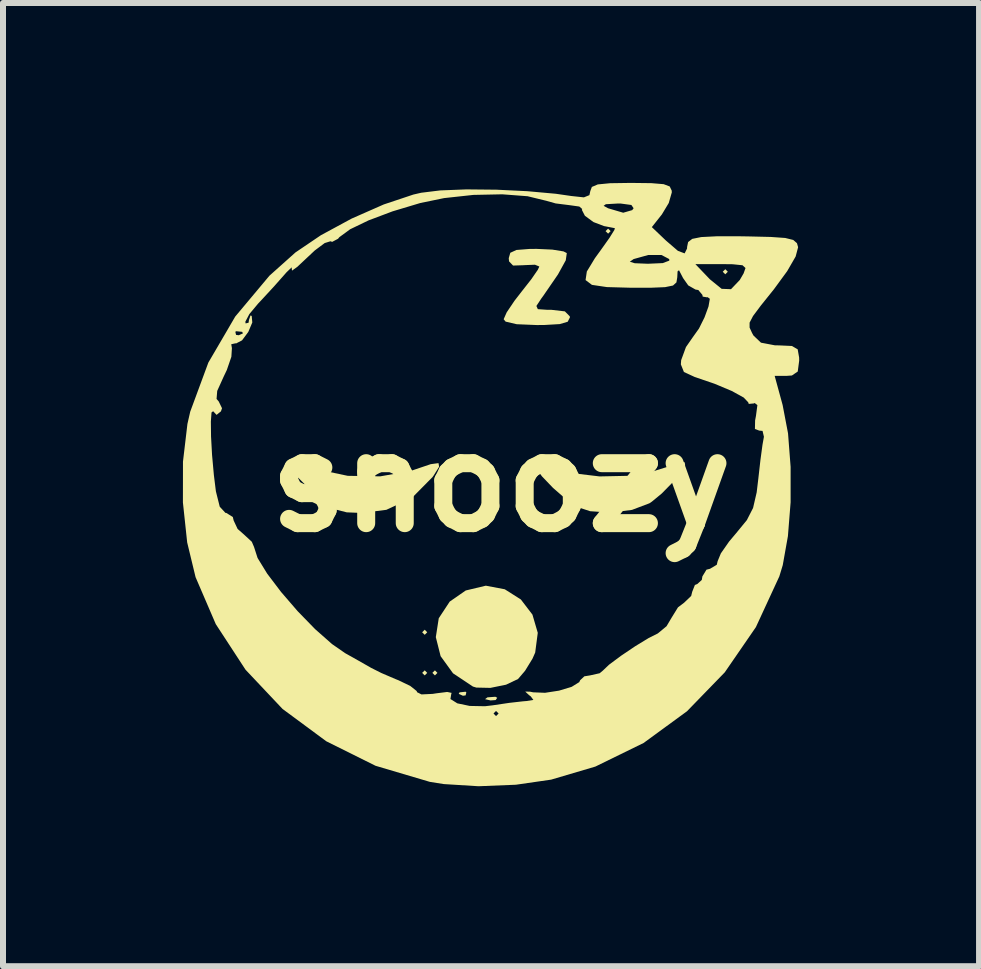
<source format=kicad_pcb>
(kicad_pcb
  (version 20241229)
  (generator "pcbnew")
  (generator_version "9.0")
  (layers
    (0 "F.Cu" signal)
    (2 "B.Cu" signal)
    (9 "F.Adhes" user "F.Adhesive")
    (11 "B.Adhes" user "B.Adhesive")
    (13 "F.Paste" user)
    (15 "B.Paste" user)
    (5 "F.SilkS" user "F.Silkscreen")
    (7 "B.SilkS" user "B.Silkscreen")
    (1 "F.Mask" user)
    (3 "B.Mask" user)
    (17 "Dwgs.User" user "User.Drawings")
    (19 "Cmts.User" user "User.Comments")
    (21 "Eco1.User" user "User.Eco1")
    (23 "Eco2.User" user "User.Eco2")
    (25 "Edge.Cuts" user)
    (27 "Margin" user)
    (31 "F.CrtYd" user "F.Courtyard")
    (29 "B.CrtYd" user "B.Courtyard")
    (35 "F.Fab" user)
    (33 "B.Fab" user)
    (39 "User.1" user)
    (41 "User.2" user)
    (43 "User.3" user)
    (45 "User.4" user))
  (footprint "snoozy"
    (layer "F.Cu")
    (at 5.306 4.995)
    (property "Reference" "snoozy" (at 0 0 0) (layer "F.SilkS") (effects (font (size 1.5 1.5) (thickness 0.3))))
    (attr board_only exclude_from_pos_files exclude_from_bom)
    (fp_poly (pts (xy -1.232 2.498) (xy -1.274 2.54) (xy -1.317 2.498) (xy -1.274 2.455)) (stroke (width 0) (type solid)) (fill yes) (layer "F.SilkS"))
    (fp_poly (pts (xy -1.232 3.175) (xy -1.274 3.217) (xy -1.317 3.175) (xy -1.274 3.133)) (stroke (width 0) (type solid)) (fill yes) (layer "F.SilkS"))
    (fp_poly (pts (xy -1.062 3.175) (xy -1.104 3.217) (xy -1.147 3.175) (xy -1.104 3.133)) (stroke (width 0) (type solid)) (fill yes) (layer "F.SilkS"))
    (fp_poly (pts (xy 1.826 -4.191) (xy 1.784 -4.149) (xy 1.741 -4.191) (xy 1.784 -4.233)) (stroke (width 0) (type solid)) (fill yes) (layer "F.SilkS"))
    (fp_poly (pts (xy 3.78 -3.514) (xy 3.738 -3.471) (xy 3.695 -3.514) (xy 3.738 -3.556)) (stroke (width 0) (type solid)) (fill yes) (layer "F.SilkS"))
    (fp_poly (pts (xy -0.58 3.5) (xy -0.592 3.55) (xy -0.637 3.556) (xy -0.707 3.525) (xy -0.694 3.5) (xy -0.593 3.489)) (stroke (width 0) (type solid)) (fill yes) (layer "F.SilkS"))
    (fp_poly (pts (xy -0.065 3.59) (xy -0.091 3.628) (xy -0.177 3.634) (xy -0.268 3.613) (xy -0.228 3.583) (xy -0.096 3.573)) (stroke (width 0) (type solid)) (fill yes) (layer "F.SilkS"))
    (fp_poly (pts (xy 0.061 1.781) (xy 0.329 1.951) (xy 0.522 2.203) (xy 0.611 2.507) (xy 0.568 2.836) (xy 0.523 2.938) (xy 0.399 3.14) (xy 0.282 3.277) (xy 0.282 3.277) (xy 0.082 3.372) (xy -0.179 3.425) (xy -0.413 3.42) (xy -0.47 3.403) (xy -0.802 3.182) (xy -1.009 2.896) (xy -1.089 2.579) (xy -1.04 2.264) (xy -0.857 1.986) (xy -0.59 1.801) (xy -0.255 1.721)) (stroke (width 0) (type solid)) (fill yes) (layer "F.SilkS"))
    (fp_poly (pts (xy -1.034 -0.262) (xy -1.126 -0.115) (xy -1.143 -0.091) (xy -1.486 0.256) (xy -1.914 0.456) (xy -2.329 0.508) (xy -2.575 0.498) (xy -2.758 0.451) (xy -2.936 0.339) (xy -3.168 0.135) (xy -3.197 0.108) (xy -3.396 -0.092) (xy -3.52 -0.245) (xy -3.542 -0.319) (xy -3.539 -0.32) (xy -3.412 -0.312) (xy -3.19 -0.258) (xy -3.061 -0.217) (xy -2.558 -0.111) (xy -2.017 -0.102) (xy -1.52 -0.189) (xy -1.444 -0.214) (xy -1.175 -0.305) (xy -1.044 -0.323)) (stroke (width 0) (type solid)) (fill yes) (layer "F.SilkS"))
    (fp_poly (pts (xy 0.752 -0.308) (xy 0.828 -0.272) (xy 1.19 -0.155) (xy 1.642 -0.101) (xy 2.117 -0.111) (xy 2.545 -0.189) (xy 2.585 -0.202) (xy 2.833 -0.279) (xy 3.01 -0.329) (xy 3.059 -0.339) (xy 3.069 -0.287) (xy 2.988 -0.158) (xy 2.847 0.012) (xy 2.678 0.184) (xy 2.513 0.32) (xy 2.473 0.347) (xy 2.182 0.457) (xy 1.826 0.503) (xy 1.483 0.479) (xy 1.274 0.41) (xy 1.077 0.275) (xy 0.865 0.09) (xy 0.681 -0.102) (xy 0.568 -0.256) (xy 0.552 -0.306) (xy 0.599 -0.356)) (stroke (width 0) (type solid)) (fill yes) (layer "F.SilkS"))
    (fp_poly (pts (xy 0.854 -3.883) (xy 1.04 -3.853) (xy 1.095 -3.825) (xy 1.078 -3.705) (xy 0.948 -3.469) (xy 0.704 -3.114) (xy 0.671 -3.069) (xy 0.588 -2.943) (xy 0.612 -2.89) (xy 0.771 -2.879) (xy 0.839 -2.879) (xy 1.063 -2.853) (xy 1.145 -2.77) (xy 1.147 -2.752) (xy 1.11 -2.68) (xy 0.978 -2.641) (xy 0.72 -2.626) (xy 0.595 -2.625) (xy 0.259 -2.639) (xy 0.075 -2.682) (xy 0.042 -2.722) (xy 0.093 -2.837) (xy 0.223 -3.03) (xy 0.34 -3.181) (xy 0.504 -3.39) (xy 0.612 -3.547) (xy 0.637 -3.601) (xy 0.564 -3.631) (xy 0.389 -3.624) (xy 0.382 -3.623) (xy 0.199 -3.617) (xy 0.132 -3.687) (xy 0.127 -3.74) (xy 0.153 -3.83) (xy 0.255 -3.877) (xy 0.473 -3.894) (xy 0.59 -3.895)) (stroke (width 0) (type solid)) (fill yes) (layer "F.SilkS"))
    (fp_poly (pts (xy 2.506 -4.991) (xy 2.71 -4.974) (xy 2.811 -4.936) (xy 2.844 -4.868) (xy 2.846 -4.837) (xy 2.795 -4.66) (xy 2.68 -4.469) (xy 2.513 -4.258) (xy 2.748 -4.034) (xy 2.948 -3.862) (xy 3.06 -3.82) (xy 3.1 -3.901) (xy 3.101 -3.928) (xy 3.118 -4.009) (xy 3.187 -4.062) (xy 3.336 -4.092) (xy 3.592 -4.105) (xy 3.983 -4.105) (xy 4.12 -4.103) (xy 4.497 -4.094) (xy 4.737 -4.077) (xy 4.871 -4.044) (xy 4.933 -3.99) (xy 4.952 -3.923) (xy 4.911 -3.768) (xy 4.77 -3.524) (xy 4.549 -3.222) (xy 4.33 -2.949) (xy 4.2 -2.775) (xy 4.143 -2.665) (xy 4.143 -2.583) (xy 4.184 -2.493) (xy 4.208 -2.45) (xy 4.333 -2.331) (xy 4.565 -2.287) (xy 4.633 -2.286) (xy 4.849 -2.276) (xy 4.945 -2.22) (xy 4.969 -2.083) (xy 4.97 -2.032) (xy 4.946 -1.85) (xy 4.849 -1.784) (xy 4.765 -1.778) (xy 4.561 -1.778) (xy 4.694 -1.291) (xy 4.784 -0.819) (xy 4.827 -0.26) (xy 4.827 0.33) (xy 4.782 0.895) (xy 4.696 1.378) (xy 4.639 1.566) (xy 4.248 2.412) (xy 3.729 3.166) (xy 3.099 3.815) (xy 2.375 4.344) (xy 1.572 4.737) (xy 0.834 4.955) (xy 0.246 5.04) (xy -0.377 5.065) (xy -0.957 5.029) (xy -1.189 4.992) (xy -2.094 4.724) (xy -2.916 4.315) (xy -3.542 3.852) (xy -0.127 3.852) (xy -0.085 3.895) (xy -0.042 3.852) (xy -0.085 3.81) (xy -0.127 3.852) (xy -3.542 3.852) (xy -3.644 3.777) (xy -4.262 3.122) (xy -4.758 2.362) (xy -5.095 1.579) (xy -5.235 0.999) (xy -5.306 0.333) (xy -5.305 -0.348) (xy -5.231 -0.975) (xy -5.222 -1.015) (xy -4.84 -1.015) (xy -4.837 -0.767) (xy -4.82 -0.458) (xy -4.79 -0.126) (xy -4.756 0.148) (xy -4.692 0.404) (xy -4.597 0.507) (xy -4.582 0.508) (xy -4.474 0.576) (xy -4.46 0.634) (xy -4.394 0.775) (xy -4.29 0.866) (xy -4.157 0.989) (xy -4.12 1.076) (xy -4.061 1.259) (xy -3.901 1.52) (xy -3.669 1.826) (xy -3.393 2.146) (xy -3.101 2.446) (xy -2.82 2.694) (xy -2.601 2.846) (xy -2.373 2.974) (xy -2.189 3.079) (xy -2.17 3.09) (xy -1.997 3.177) (xy -1.757 3.28) (xy -1.714 3.297) (xy -1.516 3.392) (xy -1.408 3.478) (xy -1.402 3.497) (xy -1.328 3.534) (xy -1.14 3.525) (xy -1.083 3.516) (xy -0.899 3.493) (xy -0.824 3.509) (xy -0.831 3.523) (xy -0.845 3.611) (xy -0.73 3.683) (xy -0.524 3.726) (xy -0.269 3.731) (xy -0.142 3.716) (xy 0.135 3.675) (xy 0.365 3.649) (xy 0.425 3.644) (xy 0.538 3.626) (xy 0.494 3.567) (xy 0.467 3.547) (xy 0.402 3.487) (xy 0.481 3.488) (xy 0.533 3.499) (xy 0.732 3.507) (xy 0.966 3.471) (xy 1.177 3.407) (xy 1.303 3.329) (xy 1.317 3.298) (xy 1.388 3.232) (xy 1.482 3.217) (xy 1.643 3.181) (xy 1.696 3.137) (xy 1.799 3.039) (xy 1.996 2.892) (xy 2.235 2.731) (xy 2.461 2.593) (xy 2.613 2.517) (xy 2.758 2.397) (xy 2.841 2.257) (xy 2.949 2.082) (xy 3.052 2.004) (xy 3.169 1.892) (xy 3.186 1.823) (xy 3.231 1.709) (xy 3.271 1.693) (xy 3.346 1.625) (xy 3.356 1.566) (xy 3.424 1.454) (xy 3.483 1.439) (xy 3.596 1.372) (xy 3.61 1.313) (xy 3.664 1.182) (xy 3.802 0.984) (xy 3.92 0.844) (xy 4.097 0.628) (xy 4.201 0.425) (xy 4.261 0.166) (xy 4.289 -0.067) (xy 4.324 -0.376) (xy 4.358 -0.628) (xy 4.382 -0.762) (xy 4.359 -0.86) (xy 4.304 -0.865) (xy 4.232 -0.892) (xy 4.235 -1.035) (xy 4.249 -1.109) (xy 4.273 -1.29) (xy 4.228 -1.325) (xy 4.214 -1.318) (xy 4.129 -1.31) (xy 4.12 -1.337) (xy 4.045 -1.416) (xy 3.845 -1.526) (xy 3.559 -1.646) (xy 3.228 -1.759) (xy 3.048 -1.842) (xy 2.997 -1.969) (xy 3.002 -2.04) (xy 3.082 -2.258) (xy 3.195 -2.421) (xy 3.299 -2.567) (xy 3.392 -2.754) (xy 3.458 -2.935) (xy 3.48 -3.063) (xy 3.442 -3.091) (xy 3.435 -3.087) (xy 3.361 -3.099) (xy 3.356 -3.128) (xy 3.288 -3.209) (xy 3.241 -3.217) (xy 3.12 -3.286) (xy 3.034 -3.408) (xy 2.966 -3.539) (xy 2.942 -3.52) (xy 2.937 -3.421) (xy 2.923 -3.336) (xy 2.866 -3.284) (xy 2.734 -3.257) (xy 2.494 -3.247) (xy 2.166 -3.247) (xy 1.763 -3.258) (xy 1.514 -3.295) (xy 1.408 -3.375) (xy 1.429 -3.518) (xy 1.504 -3.641) (xy 3.239 -3.641) (xy 3.481 -3.388) (xy 3.677 -3.229) (xy 3.833 -3.223) (xy 3.979 -3.376) (xy 4.043 -3.486) (xy 4.075 -3.576) (xy 4.025 -3.622) (xy 3.859 -3.639) (xy 3.682 -3.641) (xy 3.239 -3.641) (xy 1.504 -3.641) (xy 1.528 -3.681) (xy 2.146 -3.681) (xy 2.226 -3.656) (xy 2.447 -3.647) (xy 2.694 -3.658) (xy 2.804 -3.699) (xy 2.803 -3.725) (xy 2.674 -3.793) (xy 2.453 -3.793) (xy 2.209 -3.725) (xy 2.146 -3.681) (xy 1.528 -3.681) (xy 1.564 -3.74) (xy 1.664 -3.878) (xy 1.806 -4.078) (xy 1.888 -4.21) (xy 1.897 -4.24) (xy 1.801 -4.259) (xy 1.716 -4.275) (xy 1.54 -4.342) (xy 1.397 -4.447) (xy 1.346 -4.546) (xy 1.352 -4.56) (xy 1.304 -4.601) (xy 1.219 -4.613) (xy 1.709 -4.613) (xy 1.784 -4.572) (xy 2.036 -4.498) (xy 2.185 -4.541) (xy 2.209 -4.572) (xy 2.172 -4.627) (xy 1.995 -4.651) (xy 1.938 -4.651) (xy 1.746 -4.64) (xy 1.709 -4.613) (xy 1.219 -4.613) (xy 1.148 -4.623) (xy 0.909 -4.653) (xy 0.753 -4.697) (xy 0.441 -4.773) (xy 0.019 -4.805) (xy -0.463 -4.795) (xy -0.95 -4.742) (xy -1.347 -4.66) (xy -1.81 -4.521) (xy -2.211 -4.37) (xy -2.518 -4.222) (xy -2.698 -4.09) (xy -2.719 -4.064) (xy -2.817 -4.012) (xy -2.846 -4.022) (xy -2.942 -3.992) (xy -3.108 -3.868) (xy -3.236 -3.748) (xy -3.398 -3.596) (xy -3.487 -3.532) (xy -3.49 -3.556) (xy -3.493 -3.587) (xy -3.58 -3.503) (xy -3.608 -3.471) (xy -3.785 -3.271) (xy -4 -3.038) (xy -4.052 -2.983) (xy -4.198 -2.808) (xy -4.265 -2.681) (xy -4.261 -2.652) (xy -4.211 -2.664) (xy -4.205 -2.709) (xy -4.179 -2.785) (xy -4.159 -2.777) (xy -4.149 -2.668) (xy -4.216 -2.51) (xy -4.32 -2.37) (xy -4.42 -2.318) (xy -4.428 -2.321) (xy -4.5 -2.305) (xy -4.489 -2.24) (xy -4.498 -2.096) (xy -4.574 -1.875) (xy -4.626 -1.766) (xy -4.734 -1.527) (xy -4.745 -1.393) (xy -4.709 -1.351) (xy -4.654 -1.238) (xy -4.672 -1.186) (xy -4.745 -1.127) (xy -4.802 -1.188) (xy -4.829 -1.168) (xy -4.84 -1.015) (xy -5.222 -1.015) (xy -5.184 -1.181) (xy -4.882 -1.999) (xy -4.582 -2.512) (xy -4.432 -2.512) (xy -4.42 -2.461) (xy -4.375 -2.455) (xy -4.305 -2.486) (xy -4.318 -2.512) (xy -4.419 -2.522) (xy -4.432 -2.512) (xy -4.582 -2.512) (xy -4.434 -2.766) (xy -3.863 -3.448) (xy -3.429 -3.836) (xy -3.005 -4.123) (xy -2.493 -4.4) (xy -1.957 -4.636) (xy -1.463 -4.801) (xy -1.333 -4.831) (xy -1.015 -4.87) (xy -0.579 -4.887) (xy -0.078 -4.882) (xy 0.436 -4.857) (xy 0.912 -4.814) (xy 1.168 -4.777) (xy 1.38 -4.754) (xy 1.472 -4.791) (xy 1.487 -4.859) (xy 1.513 -4.928) (xy 1.612 -4.97) (xy 1.817 -4.99) (xy 2.159 -4.995) (xy 2.166 -4.995)) (stroke (width 0) (type solid)) (fill yes) (layer "F.SilkS")))
  (gr_rect
    (start -3 -3)
    (end 13.275 13.061)
    (stroke (width 0.1) (type default))
    (fill no)
    (layer "Edge.Cuts")))
</source>
